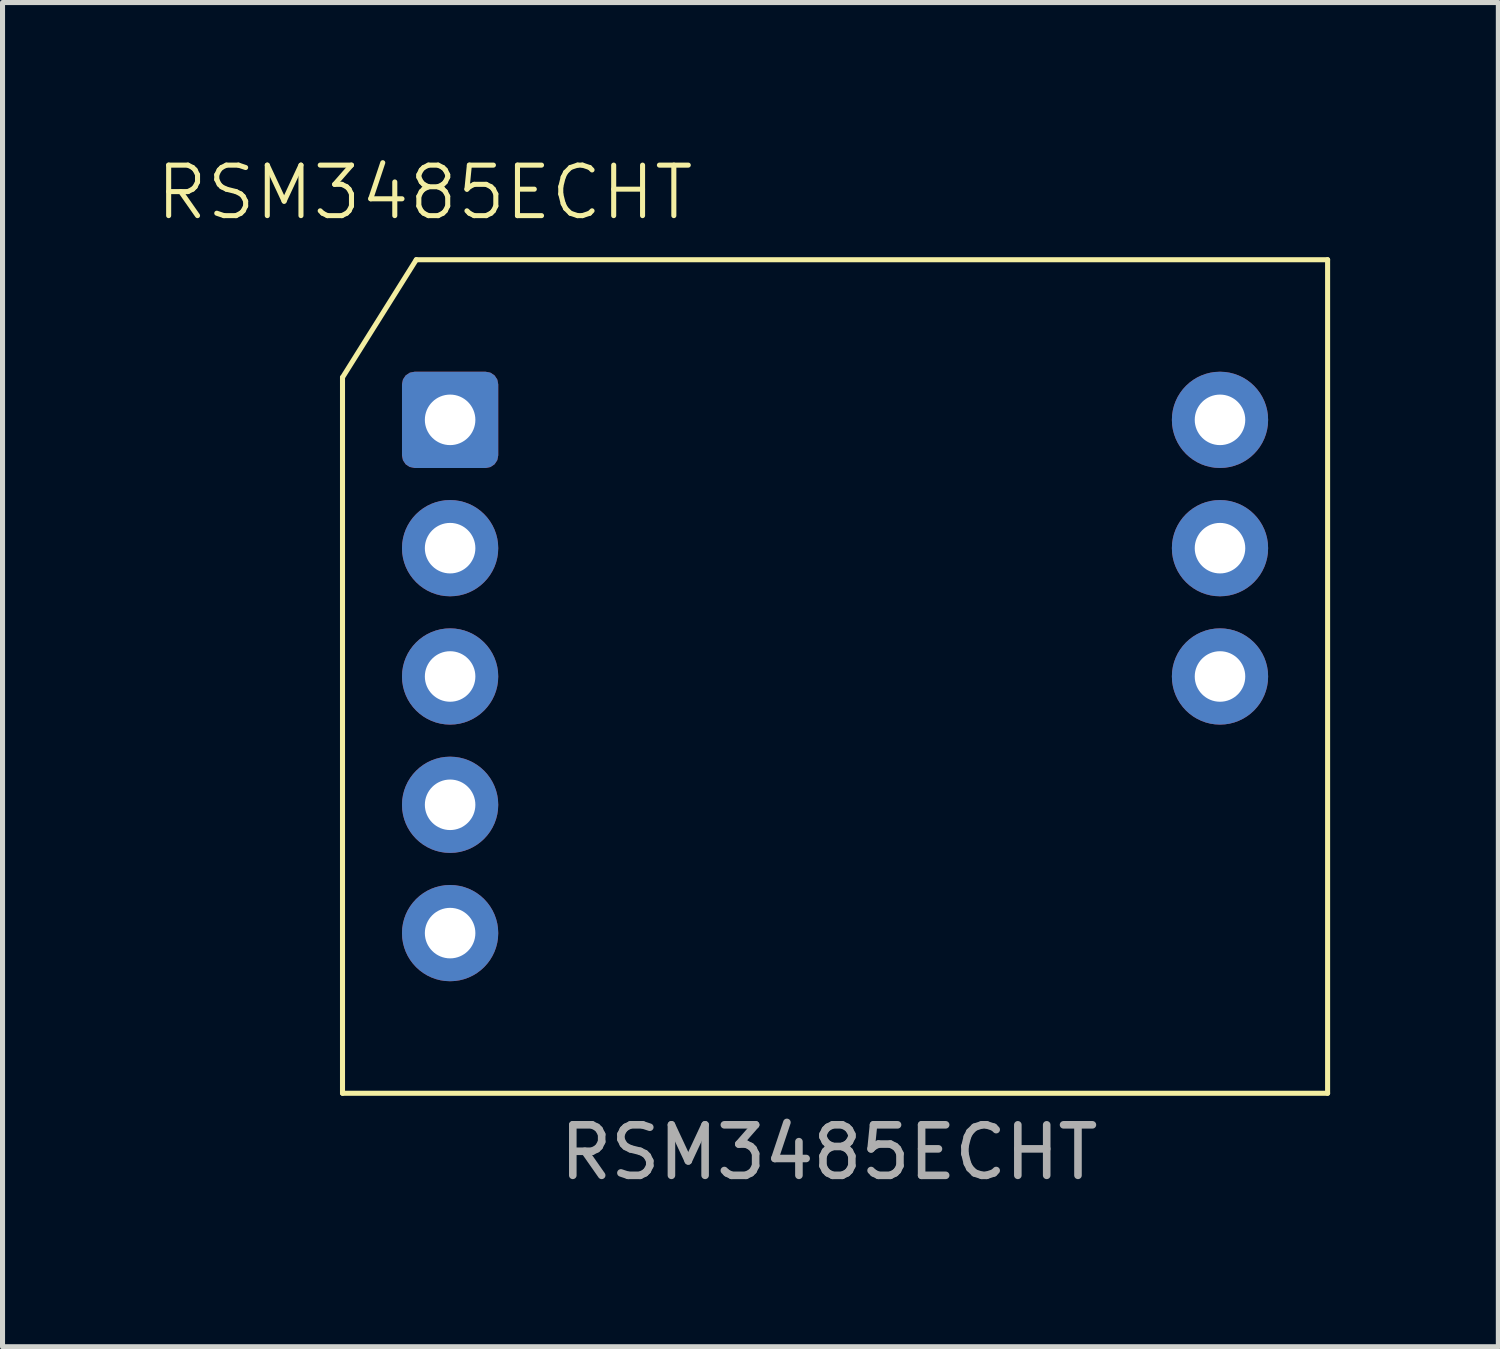
<source format=kicad_pcb>
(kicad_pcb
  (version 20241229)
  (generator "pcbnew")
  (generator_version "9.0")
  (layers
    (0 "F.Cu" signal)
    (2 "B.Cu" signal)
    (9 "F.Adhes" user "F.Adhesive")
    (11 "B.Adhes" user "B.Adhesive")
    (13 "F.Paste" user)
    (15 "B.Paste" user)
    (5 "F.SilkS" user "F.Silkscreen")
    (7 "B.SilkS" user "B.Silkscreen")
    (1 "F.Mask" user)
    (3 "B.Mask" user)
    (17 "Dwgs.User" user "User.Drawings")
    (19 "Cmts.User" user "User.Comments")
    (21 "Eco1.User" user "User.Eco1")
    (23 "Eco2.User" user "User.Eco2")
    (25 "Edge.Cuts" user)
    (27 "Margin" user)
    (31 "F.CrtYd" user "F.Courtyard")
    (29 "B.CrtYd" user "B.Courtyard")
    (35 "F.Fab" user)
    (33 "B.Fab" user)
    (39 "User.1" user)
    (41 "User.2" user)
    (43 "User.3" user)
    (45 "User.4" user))
  (footprint "RSM3485ECHT"
    (layer "F.Cu")
    (at 5.86 5.261)
    (property "Reference" "RSM3485ECHT" (at -0.5 -4.5 0) (unlocked yes) (layer "F.SilkS") (effects (font (size 1 1) (thickness 0.1))))
    (attr smd)
    (fp_line (start -2.13 -0.84) (end -0.67 -3.17) (stroke (width 0.1) (type default)) (layer "F.SilkS"))
    (fp_line (start -2.13 13.33) (end -2.13 -0.84) (stroke (width 0.1) (type solid)) (layer "F.SilkS"))
    (fp_line (start 17.37 -3.17) (end -0.67 -3.17) (stroke (width 0.1) (type solid)) (layer "F.SilkS"))
    (fp_line (start 17.37 13.33) (end -2.13 13.33) (stroke (width 0.1) (type solid)) (layer "F.SilkS"))
    (fp_line (start 17.37 13.33) (end 17.37 -3.17) (stroke (width 0.1) (type solid)) (layer "F.SilkS"))
    (fp_rect (start -2.3 -3.5) (end 17.7 13.55) (stroke (width 0.1) (type solid)) (fill no) (layer "Margin"))
    (fp_text user "${REFERENCE}" (at 7.5 14.5 0) (unlocked yes) (layer "F.Fab") (effects (font (size 1 1) (thickness 0.15))))
    (pad "1" thru_hole roundrect (at 0 0) (size 1.905 1.905) (drill 1) (layers "*.Cu" "*.Mask") (roundrect_rratio 0.131))
    (pad "2" thru_hole circle (at 0 2.54) (size 1.905 1.905) (drill 1) (layers "*.Cu" "*.Mask"))
    (pad "3" thru_hole circle (at 0 5.08) (size 1.905 1.905) (drill 1) (layers "*.Cu" "*.Mask"))
    (pad "4" thru_hole circle (at 0 7.62) (size 1.905 1.905) (drill 1) (layers "*.Cu" "*.Mask"))
    (pad "5" thru_hole circle (at 0 10.16) (size 1.905 1.905) (drill 1) (layers "*.Cu" "*.Mask"))
    (pad "6" thru_hole circle (at 15.24 0) (size 1.905 1.905) (drill 1) (layers "*.Cu" "*.Mask"))
    (pad "7" thru_hole circle (at 15.24 2.54) (size 1.905 1.905) (drill 1) (layers "*.Cu" "*.Mask"))
    (pad "8" thru_hole circle (at 15.24 5.08) (size 1.905 1.905) (drill 1) (layers "*.Cu" "*.Mask")))
  (gr_rect
    (start -3 -3)
    (end 26.61 23.609)
    (stroke (width 0.1) (type default))
    (fill no)
    (layer "Edge.Cuts")))
</source>
